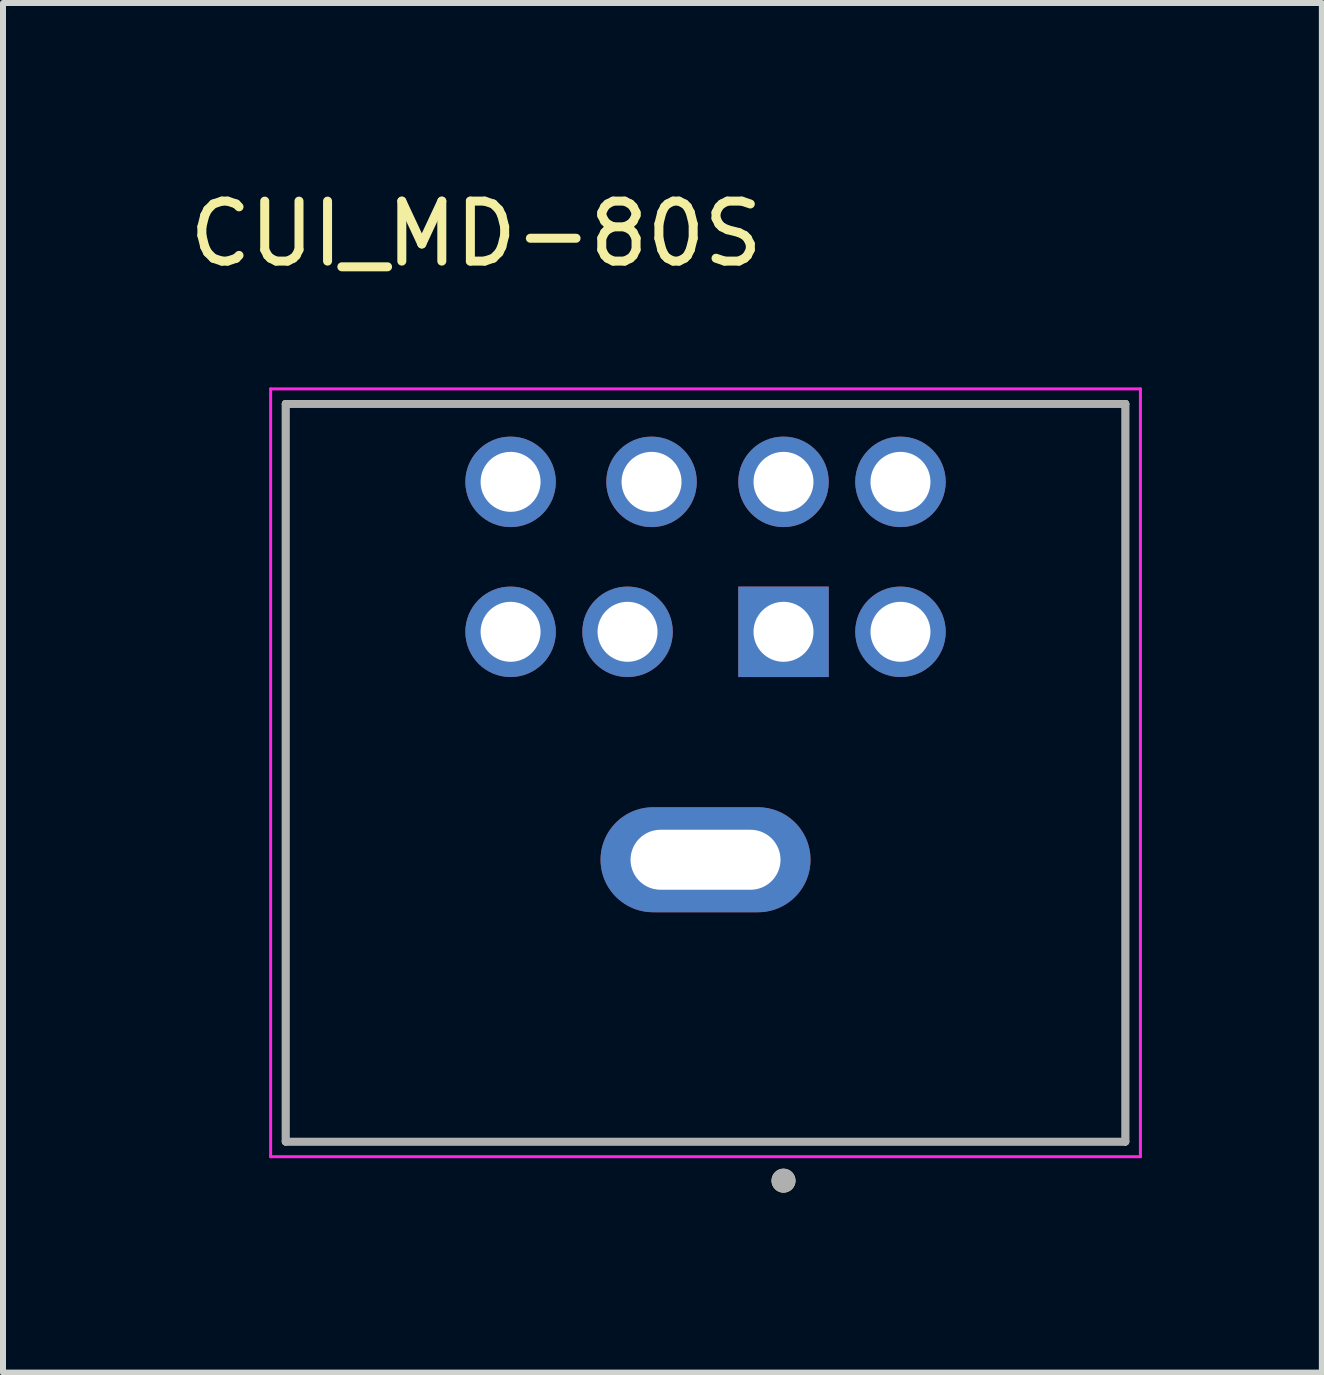
<source format=kicad_pcb>
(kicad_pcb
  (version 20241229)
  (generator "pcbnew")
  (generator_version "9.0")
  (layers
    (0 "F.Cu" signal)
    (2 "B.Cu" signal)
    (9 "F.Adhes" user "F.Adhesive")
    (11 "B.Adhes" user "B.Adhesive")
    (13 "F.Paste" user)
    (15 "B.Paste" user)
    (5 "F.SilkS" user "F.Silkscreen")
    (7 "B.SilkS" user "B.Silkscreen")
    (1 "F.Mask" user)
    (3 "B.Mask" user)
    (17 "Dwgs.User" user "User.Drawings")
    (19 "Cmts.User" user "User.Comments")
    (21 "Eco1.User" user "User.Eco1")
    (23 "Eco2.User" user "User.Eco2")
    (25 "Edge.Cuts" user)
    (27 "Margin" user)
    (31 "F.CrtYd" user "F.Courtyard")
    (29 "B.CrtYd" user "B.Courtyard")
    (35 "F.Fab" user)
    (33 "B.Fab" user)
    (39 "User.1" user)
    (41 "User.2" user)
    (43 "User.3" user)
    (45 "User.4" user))
  (footprint "CUI_MD-80S"
    (layer "F.Cu")
    (at 8.712 9.833)
    (property "Reference" "CUI_MD-80S" (at -3.825 -8.985 0) (layer "F.SilkS") (effects (font (size 1 1) (thickness 0.15))))
    (attr through_hole)
    (fp_line (start -7 -6.15) (end 7 -6.15) (stroke (width 0.127) (type solid)) (layer "F.SilkS"))
    (fp_line (start -7 6.15) (end -7 -6.15) (stroke (width 0.127) (type solid)) (layer "F.SilkS"))
    (fp_line (start 7 6.15) (end -7 6.15) (stroke (width 0.127) (type solid)) (layer "F.SilkS"))
    (fp_line (start 7 6.15) (end 7 -6.15) (stroke (width 0.127) (type solid)) (layer "F.SilkS"))
    (fp_circle (center 1.3 6.8) (end 1.4 6.8) (stroke (width 0.2) (type solid)) (fill no) (layer "F.SilkS"))
    (fp_line (start -7.25 -6.4) (end 7.25 -6.4) (stroke (width 0.05) (type solid)) (layer "F.CrtYd"))
    (fp_line (start -7.25 6.4) (end -7.25 -6.4) (stroke (width 0.05) (type solid)) (layer "F.CrtYd"))
    (fp_line (start 7.25 -6.4) (end 7.25 6.4) (stroke (width 0.05) (type solid)) (layer "F.CrtYd"))
    (fp_line (start 7.25 6.4) (end -7.25 6.4) (stroke (width 0.05) (type solid)) (layer "F.CrtYd"))
    (fp_line (start -7 -6.15) (end 7 -6.15) (stroke (width 0.127) (type solid)) (layer "F.Fab"))
    (fp_line (start -7 6.15) (end -7 -6.15) (stroke (width 0.127) (type solid)) (layer "F.Fab"))
    (fp_line (start 7 -6.15) (end 7 6.15) (stroke (width 0.127) (type solid)) (layer "F.Fab"))
    (fp_line (start 7 6.15) (end -7 6.15) (stroke (width 0.127) (type solid)) (layer "F.Fab"))
    (fp_circle (center 1.3 6.8) (end 1.4 6.8) (stroke (width 0.2) (type solid)) (fill no) (layer "F.Fab"))
    (pad "1" thru_hole rect (at 1.3 -2.35) (size 1.508 1.508) (drill 1) (layers "*.Cu" "*.Mask"))
    (pad "2" thru_hole circle (at -1.3 -2.35) (size 1.508 1.508) (drill 1) (layers "*.Cu" "*.Mask"))
    (pad "3" thru_hole circle (at -3.25 -2.35) (size 1.508 1.508) (drill 1) (layers "*.Cu" "*.Mask"))
    (pad "4" thru_hole circle (at 1.3 -4.85) (size 1.508 1.508) (drill 1) (layers "*.Cu" "*.Mask"))
    (pad "5" thru_hole circle (at 3.25 -2.35) (size 1.508 1.508) (drill 1) (layers "*.Cu" "*.Mask"))
    (pad "6" thru_hole circle (at 3.25 -4.85) (size 1.508 1.508) (drill 1) (layers "*.Cu" "*.Mask"))
    (pad "7" thru_hole circle (at -0.9 -4.85) (size 1.508 1.508) (drill 1) (layers "*.Cu" "*.Mask"))
    (pad "8" thru_hole circle (at -3.25 -4.85) (size 1.508 1.508) (drill 1) (layers "*.Cu" "*.Mask"))
    (pad "S1" thru_hole oval (at 0 1.45) (size 3.5 1.75) (drill oval 2.5 1) (layers "*.Cu" "*.Mask")))
  (gr_rect
    (start -3 -3)
    (end 18.987 19.833)
    (stroke (width 0.1) (type default))
    (fill no)
    (layer "Edge.Cuts")))
</source>
